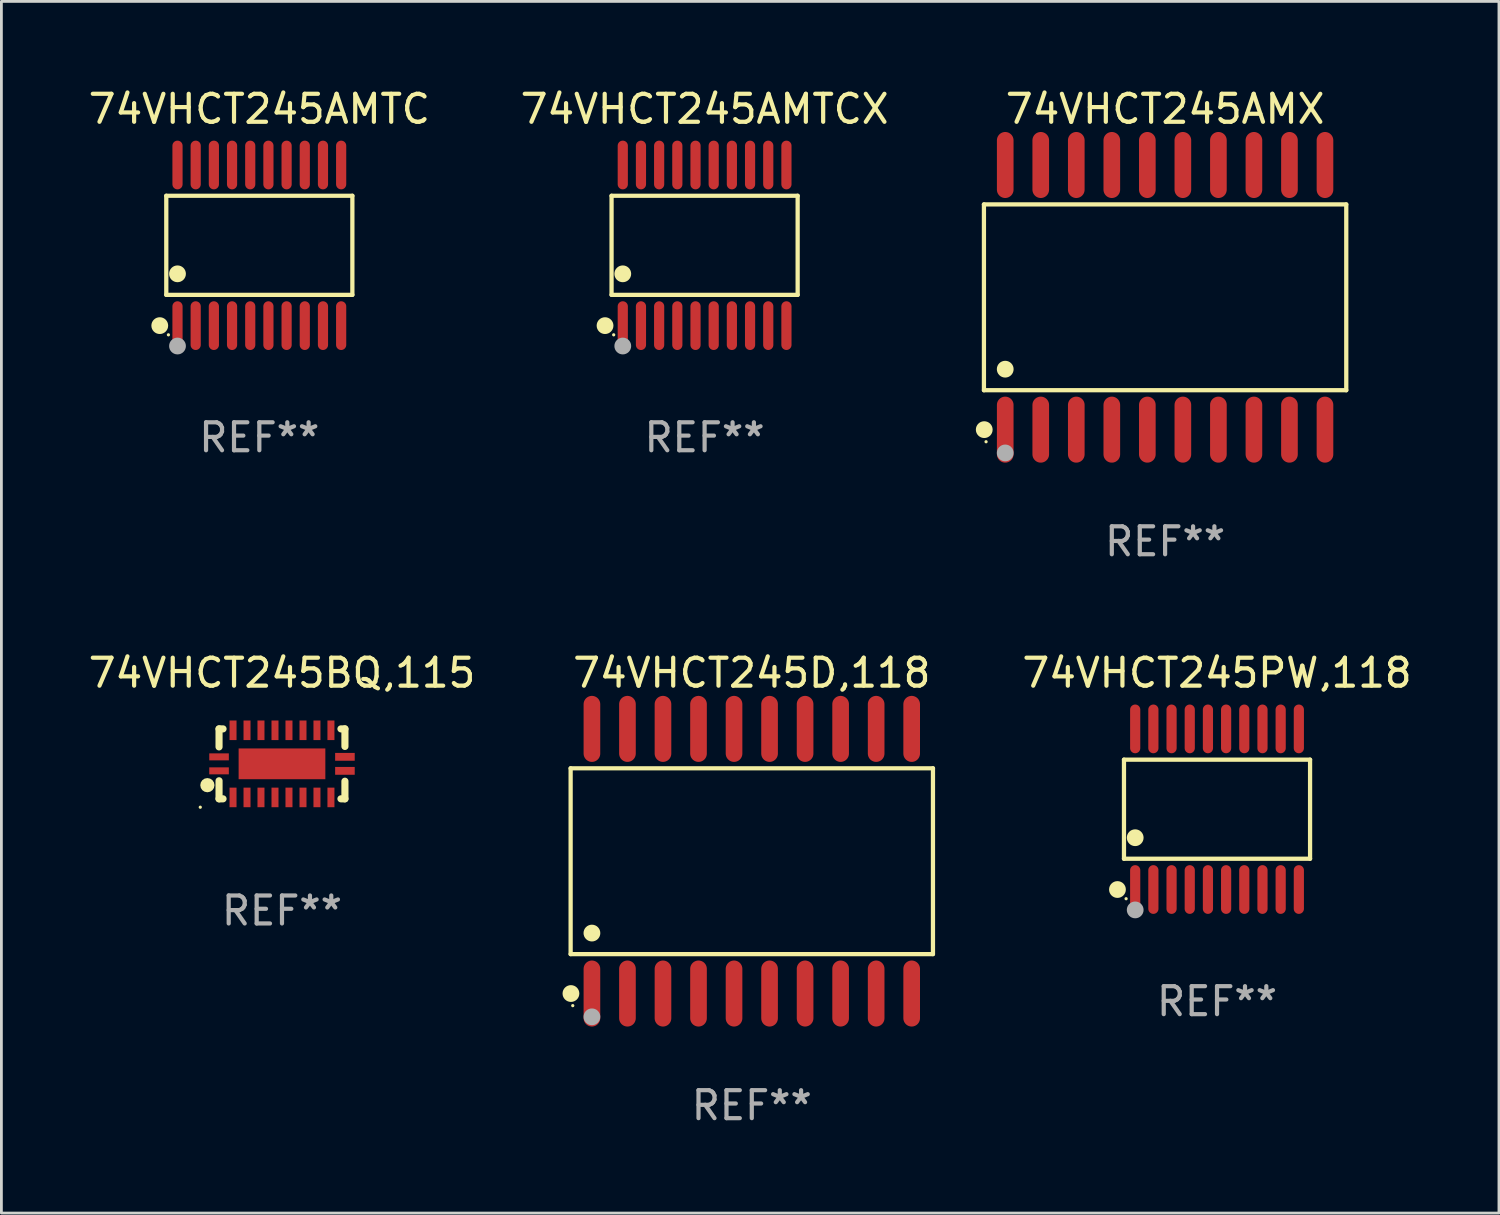
<source format=kicad_pcb>
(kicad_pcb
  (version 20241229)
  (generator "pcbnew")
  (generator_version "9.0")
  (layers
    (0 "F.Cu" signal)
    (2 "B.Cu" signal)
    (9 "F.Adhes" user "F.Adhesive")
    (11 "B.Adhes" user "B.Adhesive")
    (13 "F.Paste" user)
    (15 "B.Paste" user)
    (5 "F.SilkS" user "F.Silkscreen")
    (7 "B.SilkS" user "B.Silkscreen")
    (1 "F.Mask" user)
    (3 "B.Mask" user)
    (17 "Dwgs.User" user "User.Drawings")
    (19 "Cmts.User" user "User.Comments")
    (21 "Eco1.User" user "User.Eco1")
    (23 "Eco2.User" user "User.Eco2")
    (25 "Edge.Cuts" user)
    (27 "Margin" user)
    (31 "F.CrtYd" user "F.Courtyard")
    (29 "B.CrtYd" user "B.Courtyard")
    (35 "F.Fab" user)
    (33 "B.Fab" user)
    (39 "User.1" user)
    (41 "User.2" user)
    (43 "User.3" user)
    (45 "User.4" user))
  (footprint "74VHCT245D,118"
    (layer "F.Cu")
    (at 23.824 27.735)
    (property "Reference" "74VHCT245D,118" (at 0 -6.73 0) (layer "F.SilkS") (effects (font (size 1 1) (thickness 0.15))))
    (attr through_hole)
    (fp_line (start -6.476 -3.321) (end 6.476 -3.321) (stroke (width 0.152) (type solid)) (layer "F.SilkS"))
    (fp_line (start -6.476 3.321) (end -6.476 -3.321) (stroke (width 0.152) (type solid)) (layer "F.SilkS"))
    (fp_line (start 6.476 -3.321) (end 6.476 3.321) (stroke (width 0.152) (type solid)) (layer "F.SilkS"))
    (fp_line (start 6.476 3.321) (end -6.476 3.321) (stroke (width 0.152) (type solid)) (layer "F.SilkS"))
    (fp_circle (center -6.465 4.73) (end -6.315 4.73) (stroke (width 0.3) (type solid)) (fill no) (layer "F.SilkS"))
    (fp_circle (center -6.4 5.163) (end -6.37 5.163) (stroke (width 0.06) (type solid)) (fill no) (layer "F.SilkS"))
    (fp_circle (center -5.715 2.569) (end -5.565 2.569) (stroke (width 0.3) (type solid)) (fill no) (layer "F.SilkS"))
    (fp_circle (center -5.715 5.563) (end -5.565 5.563) (stroke (width 0.3) (type solid)) (fill no) (layer "F.Fab"))
    (fp_text user "REF**" (at 0 8.73 0) (layer "F.Fab") (effects (font (size 1 1) (thickness 0.15))))
    (pad "1" smd oval (at -5.715 4.73) (size 0.595 2.36) (layers "F.Cu" "F.Mask" "F.Paste"))
    (pad "2" smd oval (at -4.445 4.73) (size 0.595 2.36) (layers "F.Cu" "F.Mask" "F.Paste"))
    (pad "3" smd oval (at -3.175 4.73) (size 0.595 2.36) (layers "F.Cu" "F.Mask" "F.Paste"))
    (pad "4" smd oval (at -1.905 4.73) (size 0.595 2.36) (layers "F.Cu" "F.Mask" "F.Paste"))
    (pad "5" smd oval (at -0.635 4.73) (size 0.595 2.36) (layers "F.Cu" "F.Mask" "F.Paste"))
    (pad "6" smd oval (at 0.635 4.73) (size 0.595 2.36) (layers "F.Cu" "F.Mask" "F.Paste"))
    (pad "7" smd oval (at 1.905 4.73) (size 0.595 2.36) (layers "F.Cu" "F.Mask" "F.Paste"))
    (pad "8" smd oval (at 3.175 4.73) (size 0.595 2.36) (layers "F.Cu" "F.Mask" "F.Paste"))
    (pad "9" smd oval (at 4.445 4.73) (size 0.595 2.36) (layers "F.Cu" "F.Mask" "F.Paste"))
    (pad "10" smd oval (at 5.715 4.73) (size 0.595 2.36) (layers "F.Cu" "F.Mask" "F.Paste"))
    (pad "11" smd oval (at 5.715 -4.73) (size 0.595 2.36) (layers "F.Cu" "F.Mask" "F.Paste"))
    (pad "12" smd oval (at 4.445 -4.73) (size 0.595 2.36) (layers "F.Cu" "F.Mask" "F.Paste"))
    (pad "13" smd oval (at 3.175 -4.73) (size 0.595 2.36) (layers "F.Cu" "F.Mask" "F.Paste"))
    (pad "14" smd oval (at 1.905 -4.73) (size 0.595 2.36) (layers "F.Cu" "F.Mask" "F.Paste"))
    (pad "15" smd oval (at 0.635 -4.73) (size 0.595 2.36) (layers "F.Cu" "F.Mask" "F.Paste"))
    (pad "16" smd oval (at -0.635 -4.73) (size 0.595 2.36) (layers "F.Cu" "F.Mask" "F.Paste"))
    (pad "17" smd oval (at -1.905 -4.73) (size 0.595 2.36) (layers "F.Cu" "F.Mask" "F.Paste"))
    (pad "18" smd oval (at -3.175 -4.73) (size 0.595 2.36) (layers "F.Cu" "F.Mask" "F.Paste"))
    (pad "19" smd oval (at -4.445 -4.73) (size 0.595 2.36) (layers "F.Cu" "F.Mask" "F.Paste"))
    (pad "20" smd oval (at -5.715 -4.73) (size 0.595 2.36) (layers "F.Cu" "F.Mask" "F.Paste")))
  (footprint "74VHCT245AMX"
    (layer "F.Cu")
    (at 38.598 7.578)
    (property "Reference" "74VHCT245AMX" (at 0 -6.73 0) (layer "F.SilkS") (effects (font (size 1 1) (thickness 0.15))))
    (attr through_hole)
    (fp_line (start -6.476 -3.321) (end 6.476 -3.321) (stroke (width 0.152) (type solid)) (layer "F.SilkS"))
    (fp_line (start -6.476 3.321) (end -6.476 -3.321) (stroke (width 0.152) (type solid)) (layer "F.SilkS"))
    (fp_line (start 6.476 -3.321) (end 6.476 3.321) (stroke (width 0.152) (type solid)) (layer "F.SilkS"))
    (fp_line (start 6.476 3.321) (end -6.476 3.321) (stroke (width 0.152) (type solid)) (layer "F.SilkS"))
    (fp_circle (center -6.465 4.73) (end -6.315 4.73) (stroke (width 0.3) (type solid)) (fill no) (layer "F.SilkS"))
    (fp_circle (center -6.4 5.163) (end -6.37 5.163) (stroke (width 0.06) (type solid)) (fill no) (layer "F.SilkS"))
    (fp_circle (center -5.715 2.569) (end -5.565 2.569) (stroke (width 0.3) (type solid)) (fill no) (layer "F.SilkS"))
    (fp_circle (center -5.715 5.563) (end -5.565 5.563) (stroke (width 0.3) (type solid)) (fill no) (layer "F.Fab"))
    (fp_text user "REF**" (at 0 8.73 0) (layer "F.Fab") (effects (font (size 1 1) (thickness 0.15))))
    (pad "1" smd oval (at -5.715 4.73) (size 0.595 2.36) (layers "F.Cu" "F.Mask" "F.Paste"))
    (pad "2" smd oval (at -4.445 4.73) (size 0.595 2.36) (layers "F.Cu" "F.Mask" "F.Paste"))
    (pad "3" smd oval (at -3.175 4.73) (size 0.595 2.36) (layers "F.Cu" "F.Mask" "F.Paste"))
    (pad "4" smd oval (at -1.905 4.73) (size 0.595 2.36) (layers "F.Cu" "F.Mask" "F.Paste"))
    (pad "5" smd oval (at -0.635 4.73) (size 0.595 2.36) (layers "F.Cu" "F.Mask" "F.Paste"))
    (pad "6" smd oval (at 0.635 4.73) (size 0.595 2.36) (layers "F.Cu" "F.Mask" "F.Paste"))
    (pad "7" smd oval (at 1.905 4.73) (size 0.595 2.36) (layers "F.Cu" "F.Mask" "F.Paste"))
    (pad "8" smd oval (at 3.175 4.73) (size 0.595 2.36) (layers "F.Cu" "F.Mask" "F.Paste"))
    (pad "9" smd oval (at 4.445 4.73) (size 0.595 2.36) (layers "F.Cu" "F.Mask" "F.Paste"))
    (pad "10" smd oval (at 5.715 4.73) (size 0.595 2.36) (layers "F.Cu" "F.Mask" "F.Paste"))
    (pad "11" smd oval (at 5.715 -4.73) (size 0.595 2.36) (layers "F.Cu" "F.Mask" "F.Paste"))
    (pad "12" smd oval (at 4.445 -4.73) (size 0.595 2.36) (layers "F.Cu" "F.Mask" "F.Paste"))
    (pad "13" smd oval (at 3.175 -4.73) (size 0.595 2.36) (layers "F.Cu" "F.Mask" "F.Paste"))
    (pad "14" smd oval (at 1.905 -4.73) (size 0.595 2.36) (layers "F.Cu" "F.Mask" "F.Paste"))
    (pad "15" smd oval (at 0.635 -4.73) (size 0.595 2.36) (layers "F.Cu" "F.Mask" "F.Paste"))
    (pad "16" smd oval (at -0.635 -4.73) (size 0.595 2.36) (layers "F.Cu" "F.Mask" "F.Paste"))
    (pad "17" smd oval (at -1.905 -4.73) (size 0.595 2.36) (layers "F.Cu" "F.Mask" "F.Paste"))
    (pad "18" smd oval (at -3.175 -4.73) (size 0.595 2.36) (layers "F.Cu" "F.Mask" "F.Paste"))
    (pad "19" smd oval (at -4.445 -4.73) (size 0.595 2.36) (layers "F.Cu" "F.Mask" "F.Paste"))
    (pad "20" smd oval (at -5.715 -4.73) (size 0.595 2.36) (layers "F.Cu" "F.Mask" "F.Paste")))
  (footprint "74VHCT245AMTC"
    (layer "F.Cu")
    (at 6.22 5.719)
    (property "Reference" "74VHCT245AMTC" (at 0 -4.871 0) (layer "F.SilkS") (effects (font (size 1 1) (thickness 0.15))))
    (attr through_hole)
    (fp_line (start -3.326 -1.771) (end 3.326 -1.771) (stroke (width 0.152) (type solid)) (layer "F.SilkS"))
    (fp_line (start -3.326 1.771) (end -3.326 -1.771) (stroke (width 0.152) (type solid)) (layer "F.SilkS"))
    (fp_line (start 3.326 -1.771) (end 3.326 1.771) (stroke (width 0.152) (type solid)) (layer "F.SilkS"))
    (fp_line (start 3.326 1.771) (end -3.326 1.771) (stroke (width 0.152) (type solid)) (layer "F.SilkS"))
    (fp_circle (center -3.559 2.871) (end -3.409 2.871) (stroke (width 0.3) (type solid)) (fill no) (layer "F.SilkS"))
    (fp_circle (center -3.25 3.2) (end -3.22 3.2) (stroke (width 0.06) (type solid)) (fill no) (layer "F.SilkS"))
    (fp_circle (center -2.925 1.019) (end -2.775 1.019) (stroke (width 0.3) (type solid)) (fill no) (layer "F.SilkS"))
    (fp_circle (center -2.925 3.6) (end -2.775 3.6) (stroke (width 0.3) (type solid)) (fill no) (layer "F.Fab"))
    (fp_text user "REF**" (at 0 6.871 0) (layer "F.Fab") (effects (font (size 1 1) (thickness 0.15))))
    (pad "1" smd oval (at -2.925 2.871) (size 0.364 1.742) (layers "F.Cu" "F.Mask" "F.Paste"))
    (pad "2" smd oval (at -2.275 2.871) (size 0.364 1.742) (layers "F.Cu" "F.Mask" "F.Paste"))
    (pad "3" smd oval (at -1.625 2.871) (size 0.364 1.742) (layers "F.Cu" "F.Mask" "F.Paste"))
    (pad "4" smd oval (at -0.975 2.871) (size 0.364 1.742) (layers "F.Cu" "F.Mask" "F.Paste"))
    (pad "5" smd oval (at -0.325 2.871) (size 0.364 1.742) (layers "F.Cu" "F.Mask" "F.Paste"))
    (pad "6" smd oval (at 0.325 2.871) (size 0.364 1.742) (layers "F.Cu" "F.Mask" "F.Paste"))
    (pad "7" smd oval (at 0.975 2.871) (size 0.364 1.742) (layers "F.Cu" "F.Mask" "F.Paste"))
    (pad "8" smd oval (at 1.625 2.871) (size 0.364 1.742) (layers "F.Cu" "F.Mask" "F.Paste"))
    (pad "9" smd oval (at 2.275 2.871) (size 0.364 1.742) (layers "F.Cu" "F.Mask" "F.Paste"))
    (pad "10" smd oval (at 2.925 2.871) (size 0.364 1.742) (layers "F.Cu" "F.Mask" "F.Paste"))
    (pad "11" smd oval (at 2.925 -2.871) (size 0.364 1.742) (layers "F.Cu" "F.Mask" "F.Paste"))
    (pad "12" smd oval (at 2.275 -2.871) (size 0.364 1.742) (layers "F.Cu" "F.Mask" "F.Paste"))
    (pad "13" smd oval (at 1.625 -2.871) (size 0.364 1.742) (layers "F.Cu" "F.Mask" "F.Paste"))
    (pad "14" smd oval (at 0.975 -2.871) (size 0.364 1.742) (layers "F.Cu" "F.Mask" "F.Paste"))
    (pad "15" smd oval (at 0.325 -2.871) (size 0.364 1.742) (layers "F.Cu" "F.Mask" "F.Paste"))
    (pad "16" smd oval (at -0.325 -2.871) (size 0.364 1.742) (layers "F.Cu" "F.Mask" "F.Paste"))
    (pad "17" smd oval (at -0.975 -2.871) (size 0.364 1.742) (layers "F.Cu" "F.Mask" "F.Paste"))
    (pad "18" smd oval (at -1.625 -2.871) (size 0.364 1.742) (layers "F.Cu" "F.Mask" "F.Paste"))
    (pad "19" smd oval (at -2.275 -2.871) (size 0.364 1.742) (layers "F.Cu" "F.Mask" "F.Paste"))
    (pad "20" smd oval (at -2.925 -2.871) (size 0.364 1.742) (layers "F.Cu" "F.Mask" "F.Paste")))
  (footprint "74VHCT245PW,118"
    (layer "F.Cu")
    (at 40.454 25.876)
    (property "Reference" "74VHCT245PW,118" (at 0 -4.871 0) (layer "F.SilkS") (effects (font (size 1 1) (thickness 0.15))))
    (attr through_hole)
    (fp_line (start -3.326 -1.771) (end 3.326 -1.771) (stroke (width 0.152) (type solid)) (layer "F.SilkS"))
    (fp_line (start -3.326 1.771) (end -3.326 -1.771) (stroke (width 0.152) (type solid)) (layer "F.SilkS"))
    (fp_line (start 3.326 -1.771) (end 3.326 1.771) (stroke (width 0.152) (type solid)) (layer "F.SilkS"))
    (fp_line (start 3.326 1.771) (end -3.326 1.771) (stroke (width 0.152) (type solid)) (layer "F.SilkS"))
    (fp_circle (center -3.559 2.871) (end -3.409 2.871) (stroke (width 0.3) (type solid)) (fill no) (layer "F.SilkS"))
    (fp_circle (center -3.25 3.2) (end -3.22 3.2) (stroke (width 0.06) (type solid)) (fill no) (layer "F.SilkS"))
    (fp_circle (center -2.925 1.019) (end -2.775 1.019) (stroke (width 0.3) (type solid)) (fill no) (layer "F.SilkS"))
    (fp_circle (center -2.925 3.6) (end -2.775 3.6) (stroke (width 0.3) (type solid)) (fill no) (layer "F.Fab"))
    (fp_text user "REF**" (at 0 6.871 0) (layer "F.Fab") (effects (font (size 1 1) (thickness 0.15))))
    (pad "1" smd oval (at -2.925 2.871) (size 0.364 1.742) (layers "F.Cu" "F.Mask" "F.Paste"))
    (pad "2" smd oval (at -2.275 2.871) (size 0.364 1.742) (layers "F.Cu" "F.Mask" "F.Paste"))
    (pad "3" smd oval (at -1.625 2.871) (size 0.364 1.742) (layers "F.Cu" "F.Mask" "F.Paste"))
    (pad "4" smd oval (at -0.975 2.871) (size 0.364 1.742) (layers "F.Cu" "F.Mask" "F.Paste"))
    (pad "5" smd oval (at -0.325 2.871) (size 0.364 1.742) (layers "F.Cu" "F.Mask" "F.Paste"))
    (pad "6" smd oval (at 0.325 2.871) (size 0.364 1.742) (layers "F.Cu" "F.Mask" "F.Paste"))
    (pad "7" smd oval (at 0.975 2.871) (size 0.364 1.742) (layers "F.Cu" "F.Mask" "F.Paste"))
    (pad "8" smd oval (at 1.625 2.871) (size 0.364 1.742) (layers "F.Cu" "F.Mask" "F.Paste"))
    (pad "9" smd oval (at 2.275 2.871) (size 0.364 1.742) (layers "F.Cu" "F.Mask" "F.Paste"))
    (pad "10" smd oval (at 2.925 2.871) (size 0.364 1.742) (layers "F.Cu" "F.Mask" "F.Paste"))
    (pad "11" smd oval (at 2.925 -2.871) (size 0.364 1.742) (layers "F.Cu" "F.Mask" "F.Paste"))
    (pad "12" smd oval (at 2.275 -2.871) (size 0.364 1.742) (layers "F.Cu" "F.Mask" "F.Paste"))
    (pad "13" smd oval (at 1.625 -2.871) (size 0.364 1.742) (layers "F.Cu" "F.Mask" "F.Paste"))
    (pad "14" smd oval (at 0.975 -2.871) (size 0.364 1.742) (layers "F.Cu" "F.Mask" "F.Paste"))
    (pad "15" smd oval (at 0.325 -2.871) (size 0.364 1.742) (layers "F.Cu" "F.Mask" "F.Paste"))
    (pad "16" smd oval (at -0.325 -2.871) (size 0.364 1.742) (layers "F.Cu" "F.Mask" "F.Paste"))
    (pad "17" smd oval (at -0.975 -2.871) (size 0.364 1.742) (layers "F.Cu" "F.Mask" "F.Paste"))
    (pad "18" smd oval (at -1.625 -2.871) (size 0.364 1.742) (layers "F.Cu" "F.Mask" "F.Paste"))
    (pad "19" smd oval (at -2.275 -2.871) (size 0.364 1.742) (layers "F.Cu" "F.Mask" "F.Paste"))
    (pad "20" smd oval (at -2.925 -2.871) (size 0.364 1.742) (layers "F.Cu" "F.Mask" "F.Paste")))
  (footprint "74VHCT245BQ,115"
    (layer "F.Cu")
    (at 7.03 24.255)
    (property "Reference" "74VHCT245BQ,115" (at 0 -3.25 0) (layer "F.SilkS") (effects (font (size 1 1) (thickness 0.15))))
    (attr through_hole)
    (fp_line (start -2.25 0.605) (end -2.25 1.25) (stroke (width 0.254) (type solid)) (layer "F.SilkS"))
    (fp_line (start -2.25 1.25) (end -2.107 1.25) (stroke (width 0.254) (type solid)) (layer "F.SilkS"))
    (fp_line (start -2.25 -1.25) (end -2.25 -0.606) (stroke (width 0.254) (type solid)) (layer "F.SilkS"))
    (fp_line (start -2.25 -1.25) (end -2.107 -1.25) (stroke (width 0.254) (type solid)) (layer "F.SilkS"))
    (fp_line (start 2.107 -1.25) (end 2.25 -1.25) (stroke (width 0.254) (type solid)) (layer "F.SilkS"))
    (fp_line (start 2.107 1.25) (end 2.25 1.25) (stroke (width 0.254) (type solid)) (layer "F.SilkS"))
    (fp_line (start 2.25 -1.25) (end 2.25 -0.622) (stroke (width 0.254) (type solid)) (layer "F.SilkS"))
    (fp_line (start 2.25 0.62) (end 2.25 1.25) (stroke (width 0.254) (type solid)) (layer "F.SilkS"))
    (fp_circle (center -2.921 1.55) (end -2.891 1.55) (stroke (width 0.06) (type solid)) (fill no) (layer "F.SilkS"))
    (fp_circle (center -2.667 0.762) (end -2.54 0.762) (stroke (width 0.254) (type solid)) (fill no) (layer "F.SilkS"))
    (fp_text user "REF**" (at 0 5.25 0) (layer "F.Fab") (effects (font (size 1 1) (thickness 0.15))))
    (pad "1" smd rect (at -2.25 0.25 180) (size 0.7 0.25) (layers "F.Cu" "F.Mask" "F.Paste"))
    (pad "2" smd rect (at -1.75 1.2 90) (size 0.7 0.25) (layers "F.Cu" "F.Mask" "F.Paste"))
    (pad "3" smd rect (at -1.25 1.2 90) (size 0.7 0.25) (layers "F.Cu" "F.Mask" "F.Paste"))
    (pad "4" smd rect (at -0.751 1.2 90) (size 0.7 0.25) (layers "F.Cu" "F.Mask" "F.Paste"))
    (pad "5" smd rect (at -0.25 1.2 90) (size 0.7 0.25) (layers "F.Cu" "F.Mask" "F.Paste"))
    (pad "6" smd rect (at 0.25 1.2 90) (size 0.7 0.25) (layers "F.Cu" "F.Mask" "F.Paste"))
    (pad "7" smd rect (at 0.751 1.2 90) (size 0.7 0.25) (layers "F.Cu" "F.Mask" "F.Paste"))
    (pad "8" smd rect (at 1.25 1.2 90) (size 0.7 0.25) (layers "F.Cu" "F.Mask" "F.Paste"))
    (pad "9" smd rect (at 1.75 1.2 90) (size 0.7 0.25) (layers "F.Cu" "F.Mask" "F.Paste"))
    (pad "10" smd rect (at 2.25 0.25 180) (size 0.7 0.28) (layers "F.Cu" "F.Mask" "F.Paste"))
    (pad "11" smd rect (at 2.25 -0.251 180) (size 0.7 0.28) (layers "F.Cu" "F.Mask" "F.Paste"))
    (pad "12" smd rect (at 1.75 -1.2 90) (size 0.7 0.25) (layers "F.Cu" "F.Mask" "F.Paste"))
    (pad "13" smd rect (at 1.25 -1.2 90) (size 0.7 0.25) (layers "F.Cu" "F.Mask" "F.Paste"))
    (pad "14" smd rect (at 0.751 -1.2 90) (size 0.7 0.25) (layers "F.Cu" "F.Mask" "F.Paste"))
    (pad "15" smd rect (at 0.25 -1.2 90) (size 0.7 0.25) (layers "F.Cu" "F.Mask" "F.Paste"))
    (pad "16" smd rect (at -0.25 -1.2 90) (size 0.7 0.25) (layers "F.Cu" "F.Mask" "F.Paste"))
    (pad "17" smd rect (at -0.751 -1.2 90) (size 0.7 0.25) (layers "F.Cu" "F.Mask" "F.Paste"))
    (pad "18" smd rect (at -1.25 -1.2 90) (size 0.7 0.25) (layers "F.Cu" "F.Mask" "F.Paste"))
    (pad "19" smd rect (at -1.75 -1.2 90) (size 0.7 0.25) (layers "F.Cu" "F.Mask" "F.Paste"))
    (pad "20" smd rect (at -2.25 -0.25 180) (size 0.7 0.25) (layers "F.Cu" "F.Mask" "F.Paste"))
    (pad "21" smd rect (at 0 -0.001 180) (size 3.1 1.1) (layers "F.Cu" "F.Mask" "F.Paste")))
  (footprint "74VHCT245AMTCX"
    (layer "F.Cu")
    (at 22.137 5.719)
    (property "Reference" "74VHCT245AMTCX" (at 0 -4.871 0) (layer "F.SilkS") (effects (font (size 1 1) (thickness 0.15))))
    (attr through_hole)
    (fp_line (start -3.326 -1.771) (end 3.326 -1.771) (stroke (width 0.152) (type solid)) (layer "F.SilkS"))
    (fp_line (start -3.326 1.771) (end -3.326 -1.771) (stroke (width 0.152) (type solid)) (layer "F.SilkS"))
    (fp_line (start 3.326 -1.771) (end 3.326 1.771) (stroke (width 0.152) (type solid)) (layer "F.SilkS"))
    (fp_line (start 3.326 1.771) (end -3.326 1.771) (stroke (width 0.152) (type solid)) (layer "F.SilkS"))
    (fp_circle (center -3.559 2.871) (end -3.409 2.871) (stroke (width 0.3) (type solid)) (fill no) (layer "F.SilkS"))
    (fp_circle (center -3.25 3.2) (end -3.22 3.2) (stroke (width 0.06) (type solid)) (fill no) (layer "F.SilkS"))
    (fp_circle (center -2.925 1.019) (end -2.775 1.019) (stroke (width 0.3) (type solid)) (fill no) (layer "F.SilkS"))
    (fp_circle (center -2.925 3.6) (end -2.775 3.6) (stroke (width 0.3) (type solid)) (fill no) (layer "F.Fab"))
    (fp_text user "REF**" (at 0 6.871 0) (layer "F.Fab") (effects (font (size 1 1) (thickness 0.15))))
    (pad "1" smd oval (at -2.925 2.871) (size 0.364 1.742) (layers "F.Cu" "F.Mask" "F.Paste"))
    (pad "2" smd oval (at -2.275 2.871) (size 0.364 1.742) (layers "F.Cu" "F.Mask" "F.Paste"))
    (pad "3" smd oval (at -1.625 2.871) (size 0.364 1.742) (layers "F.Cu" "F.Mask" "F.Paste"))
    (pad "4" smd oval (at -0.975 2.871) (size 0.364 1.742) (layers "F.Cu" "F.Mask" "F.Paste"))
    (pad "5" smd oval (at -0.325 2.871) (size 0.364 1.742) (layers "F.Cu" "F.Mask" "F.Paste"))
    (pad "6" smd oval (at 0.325 2.871) (size 0.364 1.742) (layers "F.Cu" "F.Mask" "F.Paste"))
    (pad "7" smd oval (at 0.975 2.871) (size 0.364 1.742) (layers "F.Cu" "F.Mask" "F.Paste"))
    (pad "8" smd oval (at 1.625 2.871) (size 0.364 1.742) (layers "F.Cu" "F.Mask" "F.Paste"))
    (pad "9" smd oval (at 2.275 2.871) (size 0.364 1.742) (layers "F.Cu" "F.Mask" "F.Paste"))
    (pad "10" smd oval (at 2.925 2.871) (size 0.364 1.742) (layers "F.Cu" "F.Mask" "F.Paste"))
    (pad "11" smd oval (at 2.925 -2.871) (size 0.364 1.742) (layers "F.Cu" "F.Mask" "F.Paste"))
    (pad "12" smd oval (at 2.275 -2.871) (size 0.364 1.742) (layers "F.Cu" "F.Mask" "F.Paste"))
    (pad "13" smd oval (at 1.625 -2.871) (size 0.364 1.742) (layers "F.Cu" "F.Mask" "F.Paste"))
    (pad "14" smd oval (at 0.975 -2.871) (size 0.364 1.742) (layers "F.Cu" "F.Mask" "F.Paste"))
    (pad "15" smd oval (at 0.325 -2.871) (size 0.364 1.742) (layers "F.Cu" "F.Mask" "F.Paste"))
    (pad "16" smd oval (at -0.325 -2.871) (size 0.364 1.742) (layers "F.Cu" "F.Mask" "F.Paste"))
    (pad "17" smd oval (at -0.975 -2.871) (size 0.364 1.742) (layers "F.Cu" "F.Mask" "F.Paste"))
    (pad "18" smd oval (at -1.625 -2.871) (size 0.364 1.742) (layers "F.Cu" "F.Mask" "F.Paste"))
    (pad "19" smd oval (at -2.275 -2.871) (size 0.364 1.742) (layers "F.Cu" "F.Mask" "F.Paste"))
    (pad "20" smd oval (at -2.925 -2.871) (size 0.364 1.742) (layers "F.Cu" "F.Mask" "F.Paste")))
  (gr_rect
    (start -3 -3)
    (end 50.532 40.313)
    (stroke (width 0.1) (type default))
    (fill no)
    (layer "Edge.Cuts")))
</source>
